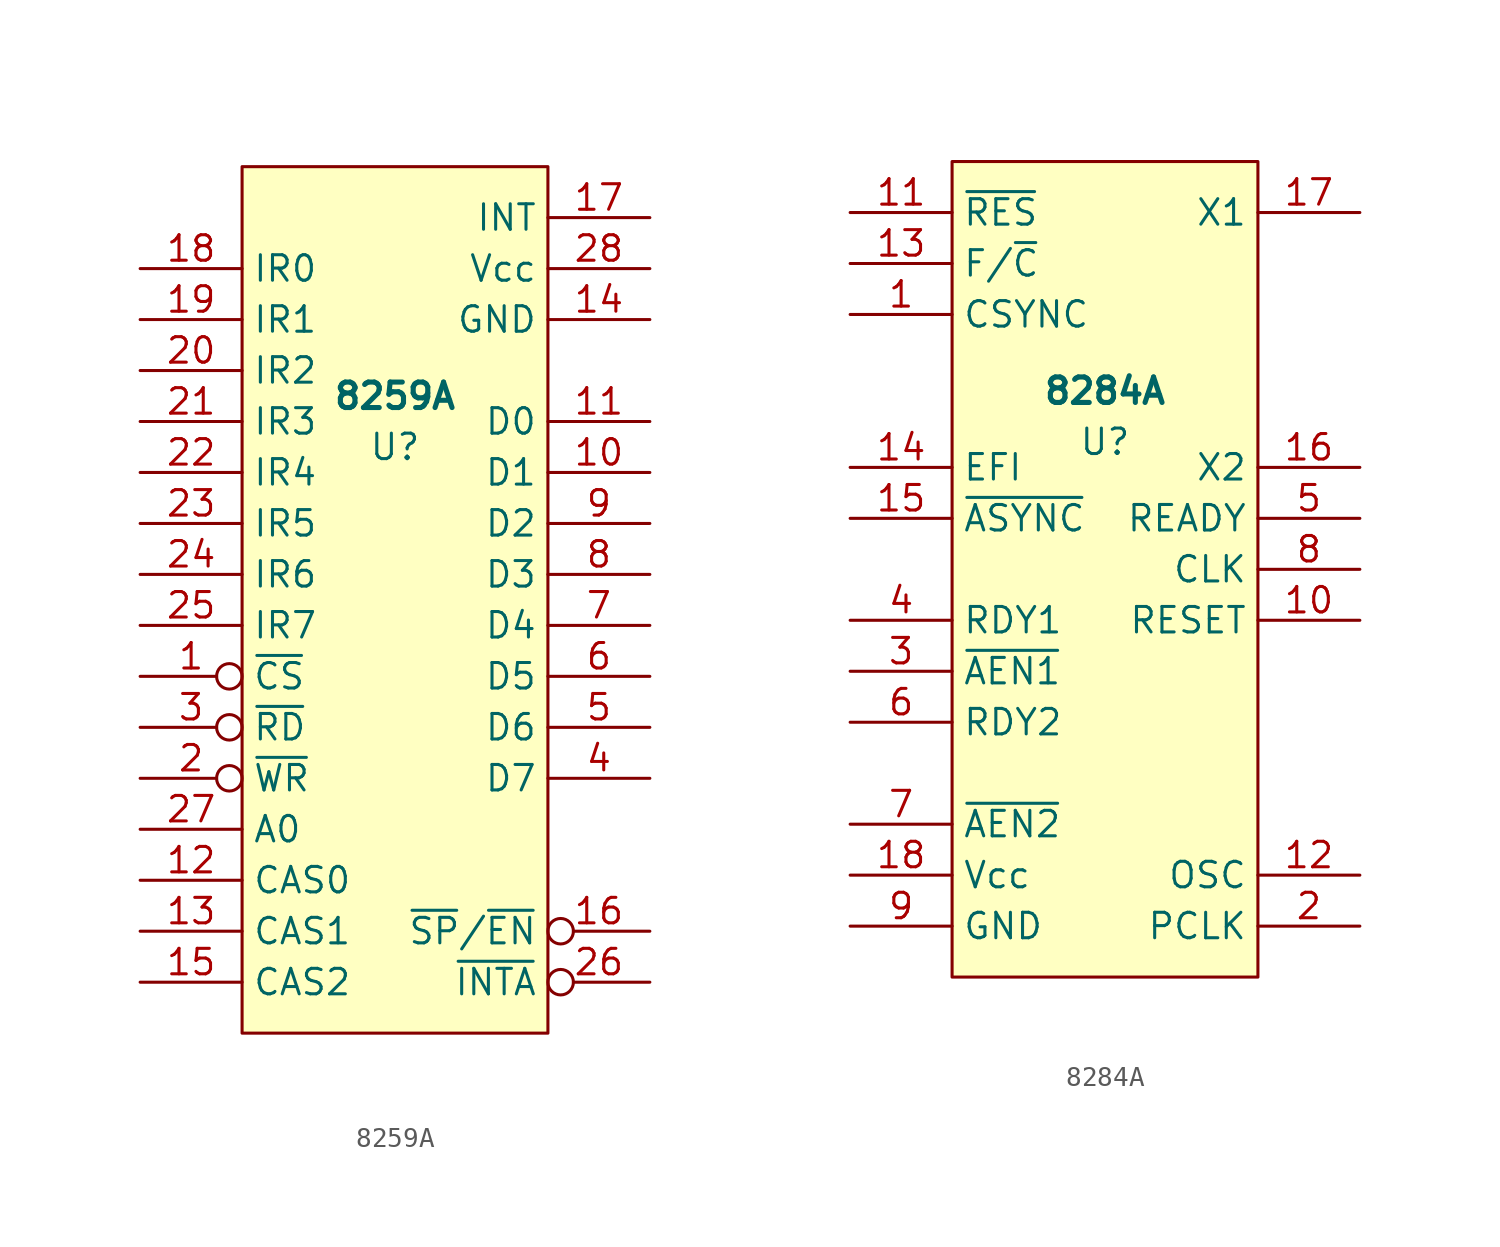
<source format=kicad_sym>
(kicad_symbol_lib
  (version 20220914)
  (generator kicad_symbol_editor)
  (symbol "8259A"
    (property "Reference" "U"
      (at 0 7.62 0)
      (effects (font (size 1.27 1.27))))
    (property "Value" "8259A"
      (at 0 10.16 0)
      (effects (font (size 1.27 1.27) bold)))
    (symbol "8259A_0_0"
      (pin bidirectional line (at 12.7 6.35 180) (length 5.08) (name "D1" (effects (font (size 1.27 1.27)))) (number "10" (effects (font (size 1.27 1.27)))))
      (pin bidirectional line (at 12.7 8.89 180) (length 5.08) (name "D0" (effects (font (size 1.27 1.27)))) (number "11" (effects (font (size 1.27 1.27)))))
      (pin input line (at -12.7 -13.97 0) (length 5.08) (name "CAS0" (effects (font (size 1.27 1.27)))) (number "12" (effects (font (size 1.27 1.27)))))
      (pin input line (at -12.7 -16.51 0) (length 5.08) (name "CAS1" (effects (font (size 1.27 1.27)))) (number "13" (effects (font (size 1.27 1.27)))))
      (pin power_in line (at 12.7 13.97 180) (length 5.08) (name "GND" (effects (font (size 1.27 1.27)))) (number "14" (effects (font (size 1.27 1.27)))))
      (pin input line (at -12.7 -19.05 0) (length 5.08) (name "CAS2" (effects (font (size 1.27 1.27)))) (number "15" (effects (font (size 1.27 1.27)))))
      (pin bidirectional inverted (at 12.7 -16.51 180) (length 5.08) (name "~{SP}/~{EN}" (effects (font (size 1.27 1.27)))) (number "16" (effects (font (size 1.27 1.27)))))
      (pin output line (at 12.7 19.05 180) (length 5.08) (name "INT" (effects (font (size 1.27 1.27)))) (number "17" (effects (font (size 1.27 1.27)))))
      (pin input line (at -12.7 16.51 0) (length 5.08) (name "IR0" (effects (font (size 1.27 1.27)))) (number "18" (effects (font (size 1.27 1.27)))))
      (pin input line (at -12.7 13.97 0) (length 5.08) (name "IR1" (effects (font (size 1.27 1.27)))) (number "19" (effects (font (size 1.27 1.27)))))
      (pin input inverted (at -12.7 -8.89 0) (length 5.08) (name "~{WR}" (effects (font (size 1.27 1.27)))) (number "2" (effects (font (size 1.27 1.27)))))
      (pin input line (at -12.7 11.43 0) (length 5.08) (name "IR2" (effects (font (size 1.27 1.27)))) (number "20" (effects (font (size 1.27 1.27)))))
      (pin input line (at -12.7 8.89 0) (length 5.08) (name "IR3" (effects (font (size 1.27 1.27)))) (number "21" (effects (font (size 1.27 1.27)))))
      (pin input line (at -12.7 6.35 0) (length 5.08) (name "IR4" (effects (font (size 1.27 1.27)))) (number "22" (effects (font (size 1.27 1.27)))))
      (pin input line (at -12.7 3.81 0) (length 5.08) (name "IR5" (effects (font (size 1.27 1.27)))) (number "23" (effects (font (size 1.27 1.27)))))
      (pin input line (at -12.7 1.27 0) (length 5.08) (name "IR6" (effects (font (size 1.27 1.27)))) (number "24" (effects (font (size 1.27 1.27)))))
      (pin input line (at -12.7 -1.27 0) (length 5.08) (name "IR7" (effects (font (size 1.27 1.27)))) (number "25" (effects (font (size 1.27 1.27)))))
      (pin input inverted (at 12.7 -19.05 180) (length 5.08) (name "~{INTA}" (effects (font (size 1.27 1.27)))) (number "26" (effects (font (size 1.27 1.27)))))
      (pin input line (at -12.7 -11.43 0) (length 5.08) (name "A0" (effects (font (size 1.27 1.27)))) (number "27" (effects (font (size 1.27 1.27)))))
      (pin power_in line (at 12.7 16.51 180) (length 5.08) (name "Vcc" (effects (font (size 1.27 1.27)))) (number "28" (effects (font (size 1.27 1.27)))))
      (pin input inverted (at -12.7 -6.35 0) (length 5.08) (name "~{RD}" (effects (font (size 1.27 1.27)))) (number "3" (effects (font (size 1.27 1.27)))))
      (pin bidirectional line (at 12.7 -8.89 180) (length 5.08) (name "D7" (effects (font (size 1.27 1.27)))) (number "4" (effects (font (size 1.27 1.27)))))
      (pin bidirectional line (at 12.7 -6.35 180) (length 5.08) (name "D6" (effects (font (size 1.27 1.27)))) (number "5" (effects (font (size 1.27 1.27)))))
      (pin bidirectional line (at 12.7 -3.81 180) (length 5.08) (name "D5" (effects (font (size 1.27 1.27)))) (number "6" (effects (font (size 1.27 1.27)))))
      (pin bidirectional line (at 12.7 -1.27 180) (length 5.08) (name "D4" (effects (font (size 1.27 1.27)))) (number "7" (effects (font (size 1.27 1.27)))))
      (pin bidirectional line (at 12.7 1.27 180) (length 5.08) (name "D3" (effects (font (size 1.27 1.27)))) (number "8" (effects (font (size 1.27 1.27)))))
      (pin bidirectional line (at 12.7 3.81 180) (length 5.08) (name "D2" (effects (font (size 1.27 1.27)))) (number "9" (effects (font (size 1.27 1.27))))))
    (symbol "8259A_1_0"
      (pin input inverted (at -12.7 -3.81 0) (length 5.08) (name "~{CS}" (effects (font (size 1.27 1.27)))) (number "1" (effects (font (size 1.27 1.27))))))
    (symbol "8259A_1_1"
      (rectangle (start -7.62 21.59) (end 7.62 -21.59) (stroke (width 0) (type default)) (fill (type background)))))
  (symbol "8284A"
    (property "Reference" "U"
      (at 0 6.35 0)
      (effects (font (size 1.27 1.27))))
    (property "Value" "8284A"
      (at 0 8.89 0)
      (effects (font (size 1.27 1.27) bold)))
    (symbol "8284A_0_0"
      (pin input line (at -12.7 12.7 0) (length 5.08) (name "CSYNC" (effects (font (size 1.27 1.27)))) (number "1" (effects (font (size 1.27 1.27)))))
      (pin output line (at 12.7 -2.54 180) (length 5.08) (name "RESET" (effects (font (size 1.27 1.27)))) (number "10" (effects (font (size 1.27 1.27)))))
      (pin input line (at -12.7 17.78 0) (length 5.08) (name "~{RES}" (effects (font (size 1.27 1.27)))) (number "11" (effects (font (size 1.27 1.27)))))
      (pin output line (at 12.7 -15.24 180) (length 5.08) (name "OSC" (effects (font (size 1.27 1.27)))) (number "12" (effects (font (size 1.27 1.27)))))
      (pin input line (at -12.7 15.24 0) (length 5.08) (name "F/~{C}" (effects (font (size 1.27 1.27)))) (number "13" (effects (font (size 1.27 1.27)))))
      (pin input line (at -12.7 5.08 0) (length 5.08) (name "EFI" (effects (font (size 1.27 1.27)))) (number "14" (effects (font (size 1.27 1.27)))))
      (pin input line (at -12.7 2.54 0) (length 5.08) (name "~{ASYNC}" (effects (font (size 1.27 1.27)))) (number "15" (effects (font (size 1.27 1.27)))))
      (pin input line (at 12.7 5.08 180) (length 5.08) (name "X2" (effects (font (size 1.27 1.27)))) (number "16" (effects (font (size 1.27 1.27)))))
      (pin input line (at 12.7 17.78 180) (length 5.08) (name "X1" (effects (font (size 1.27 1.27)))) (number "17" (effects (font (size 1.27 1.27)))))
      (pin power_in line (at -12.7 -15.24 0) (length 5.08) (name "Vcc" (effects (font (size 1.27 1.27)))) (number "18" (effects (font (size 1.27 1.27)))))
      (pin output line (at 12.7 -17.78 180) (length 5.08) (name "PCLK" (effects (font (size 1.27 1.27)))) (number "2" (effects (font (size 1.27 1.27)))))
      (pin input line (at -12.7 -5.08 0) (length 5.08) (name "~{AEN1}" (effects (font (size 1.27 1.27)))) (number "3" (effects (font (size 1.27 1.27)))))
      (pin input line (at -12.7 -2.54 0) (length 5.08) (name "RDY1" (effects (font (size 1.27 1.27)))) (number "4" (effects (font (size 1.27 1.27)))))
      (pin output line (at 12.7 2.54 180) (length 5.08) (name "READY" (effects (font (size 1.27 1.27)))) (number "5" (effects (font (size 1.27 1.27)))))
      (pin input line (at -12.7 -7.62 0) (length 5.08) (name "RDY2" (effects (font (size 1.27 1.27)))) (number "6" (effects (font (size 1.27 1.27)))))
      (pin input line (at -12.7 -12.7 0) (length 5.08) (name "~{AEN2}" (effects (font (size 1.27 1.27)))) (number "7" (effects (font (size 1.27 1.27)))))
      (pin output line (at 12.7 0 180) (length 5.08) (name "CLK" (effects (font (size 1.27 1.27)))) (number "8" (effects (font (size 1.27 1.27)))))
      (pin power_in line (at -12.7 -17.78 0) (length 5.08) (name "GND" (effects (font (size 1.27 1.27)))) (number "9" (effects (font (size 1.27 1.27))))))
    (symbol "8284A_1_1"
      (rectangle (start -7.62 20.32) (end 7.62 -20.32) (stroke (width 0) (type default)) (fill (type background))))))
</source>
